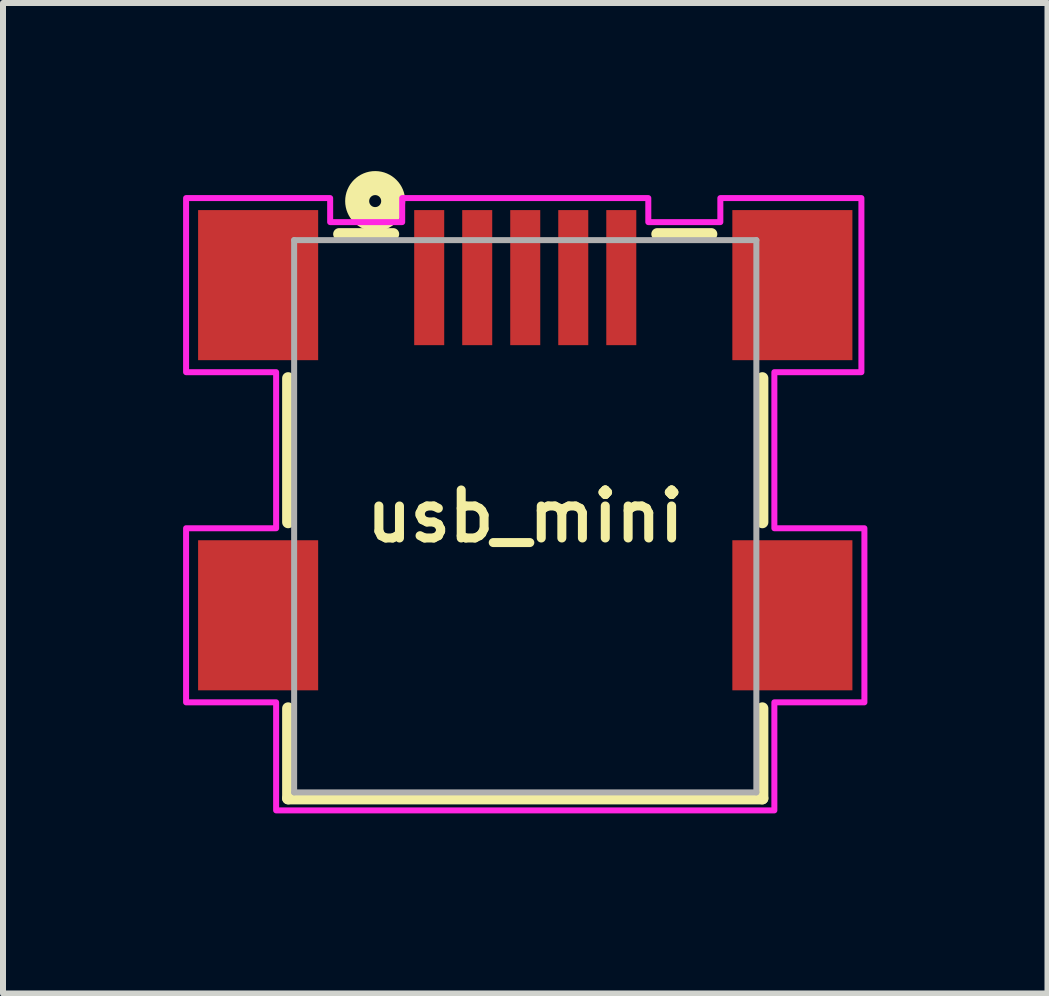
<source format=kicad_pcb>
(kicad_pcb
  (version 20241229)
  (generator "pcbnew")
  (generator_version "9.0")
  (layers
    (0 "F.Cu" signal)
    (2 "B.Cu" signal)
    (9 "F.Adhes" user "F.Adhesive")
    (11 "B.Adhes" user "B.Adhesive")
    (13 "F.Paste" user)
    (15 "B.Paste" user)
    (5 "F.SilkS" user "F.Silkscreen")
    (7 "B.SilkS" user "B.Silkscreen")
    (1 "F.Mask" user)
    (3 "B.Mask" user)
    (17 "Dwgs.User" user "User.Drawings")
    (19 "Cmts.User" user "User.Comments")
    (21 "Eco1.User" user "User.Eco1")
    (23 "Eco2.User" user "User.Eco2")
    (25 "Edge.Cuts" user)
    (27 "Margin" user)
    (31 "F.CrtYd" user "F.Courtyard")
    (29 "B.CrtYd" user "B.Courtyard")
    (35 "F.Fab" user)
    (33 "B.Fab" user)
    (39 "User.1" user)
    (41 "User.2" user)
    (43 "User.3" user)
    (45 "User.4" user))
  (footprint "usb_mini"
    (layer "F.Cu")
    (at 5.7 5.55)
    (property "Reference" "usb_mini" (at 0 0 0) (layer "F.SilkS") (effects (font (size 0.8 0.8) (thickness 0.15))))
    (attr smd)
    (fp_line (start -3.95 -2.3) (end -3.95 0.1) (stroke (width 0.2) (type solid)) (layer "F.SilkS"))
    (fp_line (start -3.95 3.2) (end -3.95 4.7) (stroke (width 0.2) (type solid)) (layer "F.SilkS"))
    (fp_line (start -3.95 4.7) (end 3.95 4.7) (stroke (width 0.2) (type solid)) (layer "F.SilkS"))
    (fp_line (start -3.1 -4.7) (end -2.2 -4.7) (stroke (width 0.2) (type solid)) (layer "F.SilkS"))
    (fp_line (start 2.2 -4.7) (end 3.1 -4.7) (stroke (width 0.2) (type solid)) (layer "F.SilkS"))
    (fp_line (start 3.95 0.1) (end 3.95 -2.3) (stroke (width 0.2) (type solid)) (layer "F.SilkS"))
    (fp_line (start 3.95 4.7) (end 3.95 3.2) (stroke (width 0.2) (type solid)) (layer "F.SilkS"))
    (fp_circle (center -2.5 -5.25) (end -2.4 -5.25) (stroke (width 0.4) (type solid)) (fill no) (layer "F.SilkS"))
    (fp_poly (pts (xy -5.65 -5.3) (xy -3.25 -5.3) (xy -3.25 -4.9) (xy -2.05 -4.9) (xy -2.05 -5.3) (xy 2.05 -5.3) (xy 2.05 -4.9) (xy 3.25 -4.9) (xy 3.25 -5.3) (xy 5.6 -5.3) (xy 5.6 -2.4) (xy 4.15 -2.4) (xy 4.15 0.2) (xy 5.65 0.2) (xy 5.65 3.1) (xy 4.15 3.1) (xy 4.15 4.9) (xy -4.15 4.9) (xy -4.15 3.1) (xy -5.65 3.1) (xy -5.65 0.2) (xy -4.15 0.2) (xy -4.15 -2.4) (xy -5.65 -2.4)) (stroke (width 0.1) (type solid)) (fill no) (layer "F.CrtYd"))
    (fp_line (start -3.85 -4.6) (end -3.85 4.6) (stroke (width 0.1) (type solid)) (layer "F.Fab"))
    (fp_line (start -3.85 4.6) (end 3.85 4.6) (stroke (width 0.1) (type solid)) (layer "F.Fab"))
    (fp_line (start 3.85 -4.6) (end -3.85 -4.6) (stroke (width 0.1) (type solid)) (layer "F.Fab"))
    (fp_line (start 3.85 4.6) (end 3.85 -4.6) (stroke (width 0.1) (type solid)) (layer "F.Fab"))
    (pad "1" smd rect (at -1.6 -3.975) (size 0.5 2.25) (layers "F.Cu" "F.Mask" "F.Paste"))
    (pad "2" smd rect (at -0.8 -3.975) (size 0.5 2.25) (layers "F.Cu" "F.Mask" "F.Paste"))
    (pad "3" smd rect (at 0 -3.975) (size 0.5 2.25) (layers "F.Cu" "F.Mask" "F.Paste"))
    (pad "4" smd rect (at 0.8 -3.975) (size 0.5 2.25) (layers "F.Cu" "F.Mask" "F.Paste"))
    (pad "5" smd rect (at 1.6 -3.975) (size 0.5 2.25) (layers "F.Cu" "F.Mask" "F.Paste"))
    (pad "S1" smd rect (at -4.45 -3.85) (size 2 2.5) (layers "F.Cu" "F.Mask" "F.Paste"))
    (pad "S2" smd rect (at 4.45 -3.85) (size 2 2.5) (layers "F.Cu" "F.Mask" "F.Paste"))
    (pad "S3" smd rect (at -4.45 1.65) (size 2 2.5) (layers "F.Cu" "F.Mask" "F.Paste"))
    (pad "S4" smd rect (at 4.45 1.65) (size 2 2.5) (layers "F.Cu" "F.Mask" "F.Paste")))
  (gr_rect
    (start -3 -3)
    (end 14.4 13.5)
    (stroke (width 0.1) (type default))
    (fill no)
    (layer "Edge.Cuts")))
</source>
